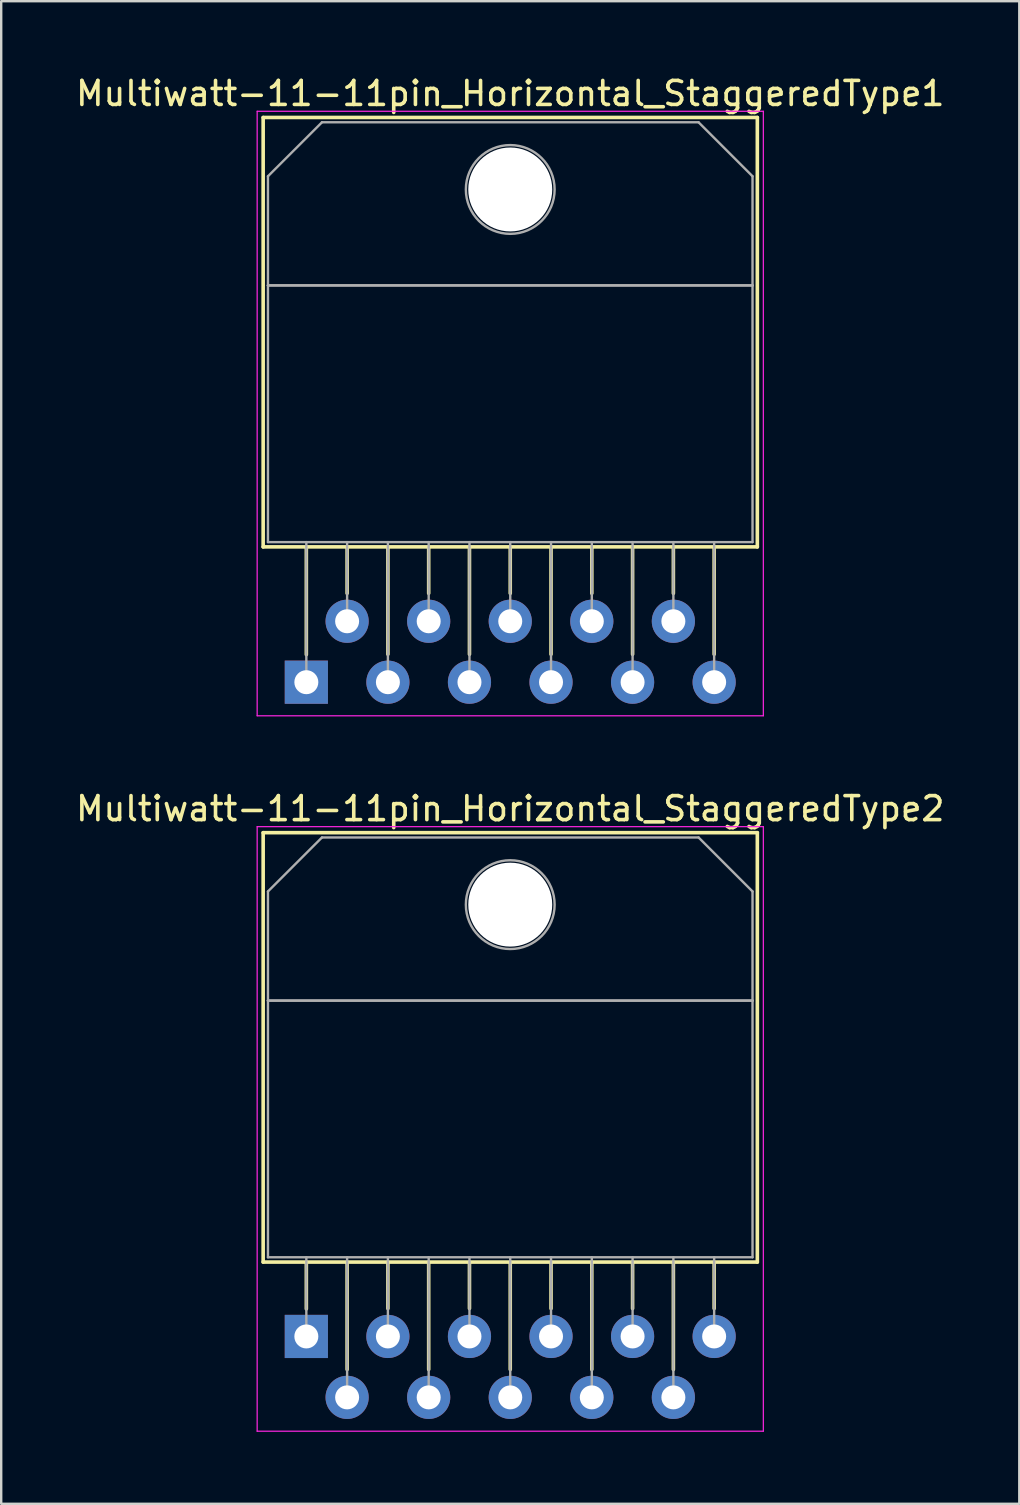
<source format=kicad_pcb>
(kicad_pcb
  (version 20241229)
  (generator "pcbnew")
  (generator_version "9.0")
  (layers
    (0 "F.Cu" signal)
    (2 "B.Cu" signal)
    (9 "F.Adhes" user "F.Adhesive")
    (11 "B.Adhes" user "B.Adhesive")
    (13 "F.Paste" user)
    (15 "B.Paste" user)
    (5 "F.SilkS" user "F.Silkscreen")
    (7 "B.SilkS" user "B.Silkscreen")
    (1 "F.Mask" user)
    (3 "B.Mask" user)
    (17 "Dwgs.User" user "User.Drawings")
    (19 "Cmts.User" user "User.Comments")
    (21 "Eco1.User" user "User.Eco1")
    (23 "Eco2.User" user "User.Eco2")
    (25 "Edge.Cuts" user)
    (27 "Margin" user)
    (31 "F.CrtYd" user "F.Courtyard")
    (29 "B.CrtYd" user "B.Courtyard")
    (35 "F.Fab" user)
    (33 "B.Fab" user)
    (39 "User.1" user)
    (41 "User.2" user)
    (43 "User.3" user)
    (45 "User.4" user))
  (footprint "Multiwatt-11-11pin_Horizontal_StaggeredType2"
    (layer "F.Cu")
    (at 9.72 52.661)
    (property "Reference" "Multiwatt-11-11pin_Horizontal_StaggeredType2" (at 8.5 -22 0) (layer "F.SilkS") (effects (font (size 1 1) (thickness 0.15))))
    (attr through_hole)
    (fp_line (start -1.8 -21) (end -1.8 -3.1) (stroke (width 0.15) (type solid)) (layer "F.SilkS"))
    (fp_line (start -1.8 -21) (end 18.8 -21) (stroke (width 0.15) (type solid)) (layer "F.SilkS"))
    (fp_line (start -1.8 -3.1) (end 18.8 -3.1) (stroke (width 0.15) (type solid)) (layer "F.SilkS"))
    (fp_line (start 0 -3.1) (end 0 -1.15) (stroke (width 0.15) (type solid)) (layer "F.SilkS"))
    (fp_line (start 1.7 -3.1) (end 1.7 1.376) (stroke (width 0.15) (type solid)) (layer "F.SilkS"))
    (fp_line (start 3.4 -3.1) (end 3.4 -1.165) (stroke (width 0.15) (type solid)) (layer "F.SilkS"))
    (fp_line (start 5.1 -3.1) (end 5.1 1.376) (stroke (width 0.15) (type solid)) (layer "F.SilkS"))
    (fp_line (start 6.8 -3.1) (end 6.8 -1.165) (stroke (width 0.15) (type solid)) (layer "F.SilkS"))
    (fp_line (start 8.5 -3.1) (end 8.5 1.376) (stroke (width 0.15) (type solid)) (layer "F.SilkS"))
    (fp_line (start 10.2 -3.1) (end 10.2 -1.165) (stroke (width 0.15) (type solid)) (layer "F.SilkS"))
    (fp_line (start 11.9 -3.1) (end 11.9 1.376) (stroke (width 0.15) (type solid)) (layer "F.SilkS"))
    (fp_line (start 13.6 -3.1) (end 13.6 -1.165) (stroke (width 0.15) (type solid)) (layer "F.SilkS"))
    (fp_line (start 15.3 -3.1) (end 15.3 1.376) (stroke (width 0.15) (type solid)) (layer "F.SilkS"))
    (fp_line (start 17 -3.1) (end 17 -1.165) (stroke (width 0.15) (type solid)) (layer "F.SilkS"))
    (fp_line (start 18.8 -21) (end 18.8 -3.1) (stroke (width 0.15) (type solid)) (layer "F.SilkS"))
    (fp_line (start -2.05 -21.25) (end -2.05 3.95) (stroke (width 0.05) (type solid)) (layer "F.CrtYd"))
    (fp_line (start -2.05 3.95) (end 19.05 3.95) (stroke (width 0.05) (type solid)) (layer "F.CrtYd"))
    (fp_line (start 19.05 -21.25) (end -2.05 -21.25) (stroke (width 0.05) (type solid)) (layer "F.CrtYd"))
    (fp_line (start 19.05 3.95) (end 19.05 -21.25) (stroke (width 0.05) (type solid)) (layer "F.CrtYd"))
    (fp_line (start -1.6 -18.55) (end 0.651 -20.8) (stroke (width 0.1) (type solid)) (layer "F.Fab"))
    (fp_line (start -1.6 -14) (end -1.6 -18.55) (stroke (width 0.1) (type solid)) (layer "F.Fab"))
    (fp_line (start -1.6 -14) (end 18.6 -14) (stroke (width 0.1) (type solid)) (layer "F.Fab"))
    (fp_line (start -1.6 -3.3) (end -1.6 -14) (stroke (width 0.1) (type solid)) (layer "F.Fab"))
    (fp_line (start 0 -3.3) (end 0 0) (stroke (width 0.1) (type solid)) (layer "F.Fab"))
    (fp_line (start 0.651 -20.8) (end 16.351 -20.8) (stroke (width 0.1) (type solid)) (layer "F.Fab"))
    (fp_line (start 1.7 -3.3) (end 1.7 2.54) (stroke (width 0.1) (type solid)) (layer "F.Fab"))
    (fp_line (start 3.4 -3.3) (end 3.4 0) (stroke (width 0.1) (type solid)) (layer "F.Fab"))
    (fp_line (start 5.1 -3.3) (end 5.1 2.54) (stroke (width 0.1) (type solid)) (layer "F.Fab"))
    (fp_line (start 6.8 -3.3) (end 6.8 0) (stroke (width 0.1) (type solid)) (layer "F.Fab"))
    (fp_line (start 8.5 -3.3) (end 8.5 2.54) (stroke (width 0.1) (type solid)) (layer "F.Fab"))
    (fp_line (start 10.2 -3.3) (end 10.2 0) (stroke (width 0.1) (type solid)) (layer "F.Fab"))
    (fp_line (start 11.9 -3.3) (end 11.9 2.54) (stroke (width 0.1) (type solid)) (layer "F.Fab"))
    (fp_line (start 13.6 -3.3) (end 13.6 0) (stroke (width 0.1) (type solid)) (layer "F.Fab"))
    (fp_line (start 15.3 -3.3) (end 15.3 2.54) (stroke (width 0.1) (type solid)) (layer "F.Fab"))
    (fp_line (start 16.351 -20.8) (end 18.6 -18.55) (stroke (width 0.1) (type solid)) (layer "F.Fab"))
    (fp_line (start 17 -3.3) (end 17 0) (stroke (width 0.1) (type solid)) (layer "F.Fab"))
    (fp_line (start 18.6 -18.55) (end 18.6 -14) (stroke (width 0.1) (type solid)) (layer "F.Fab"))
    (fp_line (start 18.6 -14) (end -1.6 -14) (stroke (width 0.1) (type solid)) (layer "F.Fab"))
    (fp_line (start 18.6 -14) (end 18.6 -3.3) (stroke (width 0.1) (type solid)) (layer "F.Fab"))
    (fp_line (start 18.6 -3.3) (end -1.6 -3.3) (stroke (width 0.1) (type solid)) (layer "F.Fab"))
    (fp_circle (center 8.5 -18) (end 10.35 -18) (stroke (width 0.1) (type solid)) (fill no) (layer "F.Fab"))
    (pad "" np_thru_hole oval (at 8.5 -18) (size 3.5 3.5) (drill 3.5) (layers "*.Cu" "*.Mask"))
    (pad "1" thru_hole rect (at 0 0) (size 1.8 1.8) (drill 1) (layers "*.Cu" "*.Mask"))
    (pad "2" thru_hole oval (at 1.7 2.54) (size 1.8 1.8) (drill 1) (layers "*.Cu" "*.Mask"))
    (pad "3" thru_hole oval (at 3.4 0) (size 1.8 1.8) (drill 1) (layers "*.Cu" "*.Mask"))
    (pad "4" thru_hole oval (at 5.1 2.54) (size 1.8 1.8) (drill 1) (layers "*.Cu" "*.Mask"))
    (pad "5" thru_hole oval (at 6.8 0) (size 1.8 1.8) (drill 1) (layers "*.Cu" "*.Mask"))
    (pad "6" thru_hole oval (at 8.5 2.54) (size 1.8 1.8) (drill 1) (layers "*.Cu" "*.Mask"))
    (pad "7" thru_hole oval (at 10.2 0) (size 1.8 1.8) (drill 1) (layers "*.Cu" "*.Mask"))
    (pad "8" thru_hole oval (at 11.9 2.54) (size 1.8 1.8) (drill 1) (layers "*.Cu" "*.Mask"))
    (pad "9" thru_hole oval (at 13.6 0) (size 1.8 1.8) (drill 1) (layers "*.Cu" "*.Mask"))
    (pad "10" thru_hole oval (at 15.3 2.54) (size 1.8 1.8) (drill 1) (layers "*.Cu" "*.Mask"))
    (pad "11" thru_hole oval (at 17 0) (size 1.8 1.8) (drill 1) (layers "*.Cu" "*.Mask")))
  (footprint "Multiwatt-11-11pin_Horizontal_StaggeredType1"
    (layer "F.Cu")
    (at 9.72 25.388)
    (property "Reference" "Multiwatt-11-11pin_Horizontal_StaggeredType1" (at 8.5 -24.54 0) (layer "F.SilkS") (effects (font (size 1 1) (thickness 0.15))))
    (attr through_hole)
    (fp_line (start -1.8 -23.54) (end -1.8 -5.64) (stroke (width 0.15) (type solid)) (layer "F.SilkS"))
    (fp_line (start -1.8 -23.54) (end 18.8 -23.54) (stroke (width 0.15) (type solid)) (layer "F.SilkS"))
    (fp_line (start -1.8 -5.64) (end 18.8 -5.64) (stroke (width 0.15) (type solid)) (layer "F.SilkS"))
    (fp_line (start 0 -5.64) (end 0 -1.15) (stroke (width 0.15) (type solid)) (layer "F.SilkS"))
    (fp_line (start 1.7 -5.64) (end 1.7 -3.705) (stroke (width 0.15) (type solid)) (layer "F.SilkS"))
    (fp_line (start 3.4 -5.64) (end 3.4 -1.164) (stroke (width 0.15) (type solid)) (layer "F.SilkS"))
    (fp_line (start 5.1 -5.64) (end 5.1 -3.705) (stroke (width 0.15) (type solid)) (layer "F.SilkS"))
    (fp_line (start 6.8 -5.64) (end 6.8 -1.164) (stroke (width 0.15) (type solid)) (layer "F.SilkS"))
    (fp_line (start 8.5 -5.64) (end 8.5 -3.705) (stroke (width 0.15) (type solid)) (layer "F.SilkS"))
    (fp_line (start 10.2 -5.64) (end 10.2 -1.164) (stroke (width 0.15) (type solid)) (layer "F.SilkS"))
    (fp_line (start 11.9 -5.64) (end 11.9 -3.705) (stroke (width 0.15) (type solid)) (layer "F.SilkS"))
    (fp_line (start 13.6 -5.64) (end 13.6 -1.164) (stroke (width 0.15) (type solid)) (layer "F.SilkS"))
    (fp_line (start 15.3 -5.64) (end 15.3 -3.705) (stroke (width 0.15) (type solid)) (layer "F.SilkS"))
    (fp_line (start 17 -5.64) (end 17 -1.164) (stroke (width 0.15) (type solid)) (layer "F.SilkS"))
    (fp_line (start 18.8 -23.54) (end 18.8 -5.64) (stroke (width 0.15) (type solid)) (layer "F.SilkS"))
    (fp_line (start -2.05 -23.8) (end -2.05 1.4) (stroke (width 0.05) (type solid)) (layer "F.CrtYd"))
    (fp_line (start -2.05 1.4) (end 19.05 1.4) (stroke (width 0.05) (type solid)) (layer "F.CrtYd"))
    (fp_line (start 19.05 -23.8) (end -2.05 -23.8) (stroke (width 0.05) (type solid)) (layer "F.CrtYd"))
    (fp_line (start 19.05 1.4) (end 19.05 -23.8) (stroke (width 0.05) (type solid)) (layer "F.CrtYd"))
    (fp_line (start -1.6 -21.09) (end 0.651 -23.34) (stroke (width 0.1) (type solid)) (layer "F.Fab"))
    (fp_line (start -1.6 -16.54) (end -1.6 -21.09) (stroke (width 0.1) (type solid)) (layer "F.Fab"))
    (fp_line (start -1.6 -16.54) (end 18.6 -16.54) (stroke (width 0.1) (type solid)) (layer "F.Fab"))
    (fp_line (start -1.6 -5.84) (end -1.6 -16.54) (stroke (width 0.1) (type solid)) (layer "F.Fab"))
    (fp_line (start 0 -5.84) (end 0 0) (stroke (width 0.1) (type solid)) (layer "F.Fab"))
    (fp_line (start 0.651 -23.34) (end 16.351 -23.34) (stroke (width 0.1) (type solid)) (layer "F.Fab"))
    (fp_line (start 1.7 -5.84) (end 1.7 -2.54) (stroke (width 0.1) (type solid)) (layer "F.Fab"))
    (fp_line (start 3.4 -5.84) (end 3.4 0) (stroke (width 0.1) (type solid)) (layer "F.Fab"))
    (fp_line (start 5.1 -5.84) (end 5.1 -2.54) (stroke (width 0.1) (type solid)) (layer "F.Fab"))
    (fp_line (start 6.8 -5.84) (end 6.8 0) (stroke (width 0.1) (type solid)) (layer "F.Fab"))
    (fp_line (start 8.5 -5.84) (end 8.5 -2.54) (stroke (width 0.1) (type solid)) (layer "F.Fab"))
    (fp_line (start 10.2 -5.84) (end 10.2 0) (stroke (width 0.1) (type solid)) (layer "F.Fab"))
    (fp_line (start 11.9 -5.84) (end 11.9 -2.54) (stroke (width 0.1) (type solid)) (layer "F.Fab"))
    (fp_line (start 13.6 -5.84) (end 13.6 0) (stroke (width 0.1) (type solid)) (layer "F.Fab"))
    (fp_line (start 15.3 -5.84) (end 15.3 -2.54) (stroke (width 0.1) (type solid)) (layer "F.Fab"))
    (fp_line (start 16.351 -23.34) (end 18.6 -21.09) (stroke (width 0.1) (type solid)) (layer "F.Fab"))
    (fp_line (start 17 -5.84) (end 17 0) (stroke (width 0.1) (type solid)) (layer "F.Fab"))
    (fp_line (start 18.6 -21.09) (end 18.6 -16.54) (stroke (width 0.1) (type solid)) (layer "F.Fab"))
    (fp_line (start 18.6 -16.54) (end -1.6 -16.54) (stroke (width 0.1) (type solid)) (layer "F.Fab"))
    (fp_line (start 18.6 -16.54) (end 18.6 -5.84) (stroke (width 0.1) (type solid)) (layer "F.Fab"))
    (fp_line (start 18.6 -5.84) (end -1.6 -5.84) (stroke (width 0.1) (type solid)) (layer "F.Fab"))
    (fp_circle (center 8.5 -20.54) (end 10.35 -20.54) (stroke (width 0.1) (type solid)) (fill no) (layer "F.Fab"))
    (pad "" np_thru_hole oval (at 8.5 -20.54) (size 3.5 3.5) (drill 3.5) (layers "*.Cu" "*.Mask"))
    (pad "1" thru_hole rect (at 0 0) (size 1.8 1.8) (drill 1) (layers "*.Cu" "*.Mask"))
    (pad "2" thru_hole oval (at 1.7 -2.54) (size 1.8 1.8) (drill 1) (layers "*.Cu" "*.Mask"))
    (pad "3" thru_hole oval (at 3.4 0) (size 1.8 1.8) (drill 1) (layers "*.Cu" "*.Mask"))
    (pad "4" thru_hole oval (at 5.1 -2.54) (size 1.8 1.8) (drill 1) (layers "*.Cu" "*.Mask"))
    (pad "5" thru_hole oval (at 6.8 0) (size 1.8 1.8) (drill 1) (layers "*.Cu" "*.Mask"))
    (pad "6" thru_hole oval (at 8.5 -2.54) (size 1.8 1.8) (drill 1) (layers "*.Cu" "*.Mask"))
    (pad "7" thru_hole oval (at 10.2 0) (size 1.8 1.8) (drill 1) (layers "*.Cu" "*.Mask"))
    (pad "8" thru_hole oval (at 11.9 -2.54) (size 1.8 1.8) (drill 1) (layers "*.Cu" "*.Mask"))
    (pad "9" thru_hole oval (at 13.6 0) (size 1.8 1.8) (drill 1) (layers "*.Cu" "*.Mask"))
    (pad "10" thru_hole oval (at 15.3 -2.54) (size 1.8 1.8) (drill 1) (layers "*.Cu" "*.Mask"))
    (pad "11" thru_hole oval (at 17 0) (size 1.8 1.8) (drill 1) (layers "*.Cu" "*.Mask")))
  (gr_rect
    (start -3 -3)
    (end 39.44 59.636)
    (stroke (width 0.1) (type default))
    (fill no)
    (layer "Edge.Cuts")))
</source>
